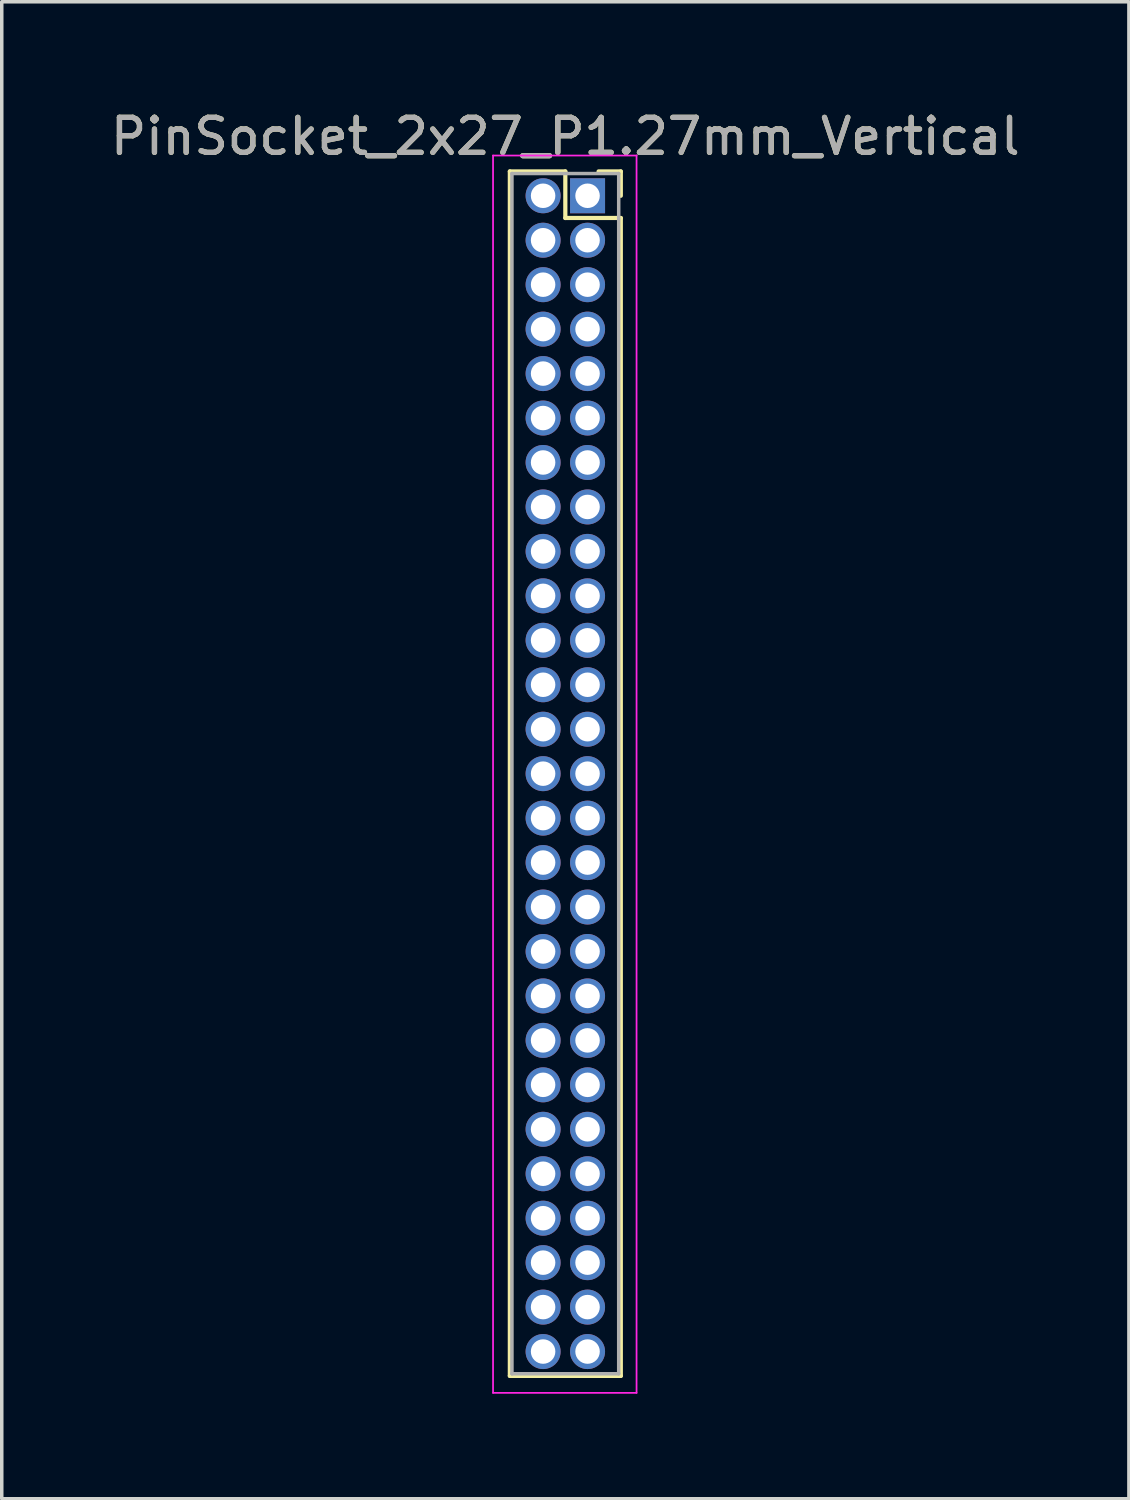
<source format=kicad_pcb>
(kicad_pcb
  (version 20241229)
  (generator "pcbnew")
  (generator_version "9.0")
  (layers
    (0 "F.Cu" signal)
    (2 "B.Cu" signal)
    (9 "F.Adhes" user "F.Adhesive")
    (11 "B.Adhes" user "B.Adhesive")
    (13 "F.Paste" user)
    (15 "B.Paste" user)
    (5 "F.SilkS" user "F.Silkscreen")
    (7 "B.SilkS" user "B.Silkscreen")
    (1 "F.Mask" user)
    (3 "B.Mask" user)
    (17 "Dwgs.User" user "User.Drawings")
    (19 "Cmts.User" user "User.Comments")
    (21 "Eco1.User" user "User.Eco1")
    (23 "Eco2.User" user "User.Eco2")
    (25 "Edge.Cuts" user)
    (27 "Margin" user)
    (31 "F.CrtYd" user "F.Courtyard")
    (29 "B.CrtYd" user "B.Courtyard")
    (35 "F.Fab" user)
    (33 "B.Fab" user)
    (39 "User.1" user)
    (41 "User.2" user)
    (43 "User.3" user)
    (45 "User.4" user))
  (footprint "PinSocket_2x27_P1.27mm_Vertical"
    (layer "F.Cu")
    (at 13.736 2.543)
    (property "Reference" "PinSocket_2x27_P1.27mm_Vertical" (at -0.635 -1.695 0) (layer "F.SilkS") (effects (font (size 1 1) (thickness 0.15))))
    (attr through_hole)
    (fp_line (start -2.22 -0.695) (end -0.635 -0.695) (stroke (width 0.12) (type solid)) (layer "F.SilkS"))
    (fp_line (start -2.22 33.715) (end -2.22 -0.695) (stroke (width 0.12) (type solid)) (layer "F.SilkS"))
    (fp_line (start -0.635 -0.695) (end -0.635 0.635) (stroke (width 0.12) (type solid)) (layer "F.SilkS"))
    (fp_line (start -0.635 0.635) (end 0.95 0.635) (stroke (width 0.12) (type solid)) (layer "F.SilkS"))
    (fp_line (start 0.95 -0.695) (end 0.315 -0.695) (stroke (width 0.12) (type solid)) (layer "F.SilkS"))
    (fp_line (start 0.95 0) (end 0.95 -0.695) (stroke (width 0.12) (type solid)) (layer "F.SilkS"))
    (fp_line (start 0.95 0.635) (end 0.95 33.715) (stroke (width 0.12) (type solid)) (layer "F.SilkS"))
    (fp_line (start 0.95 33.715) (end -2.22 33.715) (stroke (width 0.12) (type solid)) (layer "F.SilkS"))
    (fp_line (start -2.7 -1.15) (end -2.7 34.2) (stroke (width 0.05) (type solid)) (layer "F.CrtYd"))
    (fp_line (start -2.7 34.2) (end 1.4 34.2) (stroke (width 0.05) (type solid)) (layer "F.CrtYd"))
    (fp_line (start 1.4 -1.15) (end -2.7 -1.15) (stroke (width 0.05) (type solid)) (layer "F.CrtYd"))
    (fp_line (start 1.4 34.2) (end 1.4 -1.15) (stroke (width 0.05) (type solid)) (layer "F.CrtYd"))
    (fp_line (start -2.16 -0.635) (end -2.16 33.655) (stroke (width 0.1) (type solid)) (layer "F.Fab"))
    (fp_line (start -2.16 33.655) (end 0.89 33.655) (stroke (width 0.1) (type solid)) (layer "F.Fab"))
    (fp_line (start 0.89 -0.635) (end -2.16 -0.635) (stroke (width 0.1) (type solid)) (layer "F.Fab"))
    (fp_line (start 0.89 33.655) (end 0.89 -0.635) (stroke (width 0.1) (type solid)) (layer "F.Fab"))
    (fp_text user "${REFERENCE}" (at -0.635 -1.695 0) (layer "F.Fab") (effects (font (size 1 1) (thickness 0.15))))
    (pad "1" thru_hole rect (at 0 0) (size 1 1) (drill 0.7) (layers "*.Cu" "*.Mask"))
    (pad "2" thru_hole oval (at -1.27 0) (size 1 1) (drill 0.7) (layers "*.Cu" "*.Mask"))
    (pad "3" thru_hole oval (at 0 1.27) (size 1 1) (drill 0.7) (layers "*.Cu" "*.Mask"))
    (pad "4" thru_hole oval (at -1.27 1.27) (size 1 1) (drill 0.7) (layers "*.Cu" "*.Mask"))
    (pad "5" thru_hole oval (at 0 2.54) (size 1 1) (drill 0.7) (layers "*.Cu" "*.Mask"))
    (pad "6" thru_hole oval (at -1.27 2.54) (size 1 1) (drill 0.7) (layers "*.Cu" "*.Mask"))
    (pad "7" thru_hole oval (at 0 3.81) (size 1 1) (drill 0.7) (layers "*.Cu" "*.Mask"))
    (pad "8" thru_hole oval (at -1.27 3.81) (size 1 1) (drill 0.7) (layers "*.Cu" "*.Mask"))
    (pad "9" thru_hole oval (at 0 5.08) (size 1 1) (drill 0.7) (layers "*.Cu" "*.Mask"))
    (pad "10" thru_hole oval (at -1.27 5.08) (size 1 1) (drill 0.7) (layers "*.Cu" "*.Mask"))
    (pad "11" thru_hole oval (at 0 6.35) (size 1 1) (drill 0.7) (layers "*.Cu" "*.Mask"))
    (pad "12" thru_hole oval (at -1.27 6.35) (size 1 1) (drill 0.7) (layers "*.Cu" "*.Mask"))
    (pad "13" thru_hole oval (at 0 7.62) (size 1 1) (drill 0.7) (layers "*.Cu" "*.Mask"))
    (pad "14" thru_hole oval (at -1.27 7.62) (size 1 1) (drill 0.7) (layers "*.Cu" "*.Mask"))
    (pad "15" thru_hole oval (at 0 8.89) (size 1 1) (drill 0.7) (layers "*.Cu" "*.Mask"))
    (pad "16" thru_hole oval (at -1.27 8.89) (size 1 1) (drill 0.7) (layers "*.Cu" "*.Mask"))
    (pad "17" thru_hole oval (at 0 10.16) (size 1 1) (drill 0.7) (layers "*.Cu" "*.Mask"))
    (pad "18" thru_hole oval (at -1.27 10.16) (size 1 1) (drill 0.7) (layers "*.Cu" "*.Mask"))
    (pad "19" thru_hole oval (at 0 11.43) (size 1 1) (drill 0.7) (layers "*.Cu" "*.Mask"))
    (pad "20" thru_hole oval (at -1.27 11.43) (size 1 1) (drill 0.7) (layers "*.Cu" "*.Mask"))
    (pad "21" thru_hole oval (at 0 12.7) (size 1 1) (drill 0.7) (layers "*.Cu" "*.Mask"))
    (pad "22" thru_hole oval (at -1.27 12.7) (size 1 1) (drill 0.7) (layers "*.Cu" "*.Mask"))
    (pad "23" thru_hole oval (at 0 13.97) (size 1 1) (drill 0.7) (layers "*.Cu" "*.Mask"))
    (pad "24" thru_hole oval (at -1.27 13.97) (size 1 1) (drill 0.7) (layers "*.Cu" "*.Mask"))
    (pad "25" thru_hole oval (at 0 15.24) (size 1 1) (drill 0.7) (layers "*.Cu" "*.Mask"))
    (pad "26" thru_hole oval (at -1.27 15.24) (size 1 1) (drill 0.7) (layers "*.Cu" "*.Mask"))
    (pad "27" thru_hole oval (at 0 16.51) (size 1 1) (drill 0.7) (layers "*.Cu" "*.Mask"))
    (pad "28" thru_hole oval (at -1.27 16.51) (size 1 1) (drill 0.7) (layers "*.Cu" "*.Mask"))
    (pad "29" thru_hole oval (at 0 17.78) (size 1 1) (drill 0.7) (layers "*.Cu" "*.Mask"))
    (pad "30" thru_hole oval (at -1.27 17.78) (size 1 1) (drill 0.7) (layers "*.Cu" "*.Mask"))
    (pad "31" thru_hole oval (at 0 19.05) (size 1 1) (drill 0.7) (layers "*.Cu" "*.Mask"))
    (pad "32" thru_hole oval (at -1.27 19.05) (size 1 1) (drill 0.7) (layers "*.Cu" "*.Mask"))
    (pad "33" thru_hole oval (at 0 20.32) (size 1 1) (drill 0.7) (layers "*.Cu" "*.Mask"))
    (pad "34" thru_hole oval (at -1.27 20.32) (size 1 1) (drill 0.7) (layers "*.Cu" "*.Mask"))
    (pad "35" thru_hole oval (at 0 21.59) (size 1 1) (drill 0.7) (layers "*.Cu" "*.Mask"))
    (pad "36" thru_hole oval (at -1.27 21.59) (size 1 1) (drill 0.7) (layers "*.Cu" "*.Mask"))
    (pad "37" thru_hole oval (at 0 22.86) (size 1 1) (drill 0.7) (layers "*.Cu" "*.Mask"))
    (pad "38" thru_hole oval (at -1.27 22.86) (size 1 1) (drill 0.7) (layers "*.Cu" "*.Mask"))
    (pad "39" thru_hole oval (at 0 24.13) (size 1 1) (drill 0.7) (layers "*.Cu" "*.Mask"))
    (pad "40" thru_hole oval (at -1.27 24.13) (size 1 1) (drill 0.7) (layers "*.Cu" "*.Mask"))
    (pad "41" thru_hole oval (at 0 25.4) (size 1 1) (drill 0.7) (layers "*.Cu" "*.Mask"))
    (pad "42" thru_hole oval (at -1.27 25.4) (size 1 1) (drill 0.7) (layers "*.Cu" "*.Mask"))
    (pad "43" thru_hole oval (at 0 26.67) (size 1 1) (drill 0.7) (layers "*.Cu" "*.Mask"))
    (pad "44" thru_hole oval (at -1.27 26.67) (size 1 1) (drill 0.7) (layers "*.Cu" "*.Mask"))
    (pad "45" thru_hole oval (at 0 27.94) (size 1 1) (drill 0.7) (layers "*.Cu" "*.Mask"))
    (pad "46" thru_hole oval (at -1.27 27.94) (size 1 1) (drill 0.7) (layers "*.Cu" "*.Mask"))
    (pad "47" thru_hole oval (at 0 29.21) (size 1 1) (drill 0.7) (layers "*.Cu" "*.Mask"))
    (pad "48" thru_hole oval (at -1.27 29.21) (size 1 1) (drill 0.7) (layers "*.Cu" "*.Mask"))
    (pad "49" thru_hole oval (at 0 30.48) (size 1 1) (drill 0.7) (layers "*.Cu" "*.Mask"))
    (pad "50" thru_hole oval (at -1.27 30.48) (size 1 1) (drill 0.7) (layers "*.Cu" "*.Mask"))
    (pad "51" thru_hole oval (at 0 31.75) (size 1 1) (drill 0.7) (layers "*.Cu" "*.Mask"))
    (pad "52" thru_hole oval (at -1.27 31.75) (size 1 1) (drill 0.7) (layers "*.Cu" "*.Mask"))
    (pad "53" thru_hole oval (at 0 33.02) (size 1 1) (drill 0.7) (layers "*.Cu" "*.Mask"))
    (pad "54" thru_hole oval (at -1.27 33.02) (size 1 1) (drill 0.7) (layers "*.Cu" "*.Mask")))
  (gr_rect
    (start -3 -3)
    (end 29.202 39.768)
    (stroke (width 0.1) (type default))
    (fill no)
    (layer "Edge.Cuts")))
</source>
